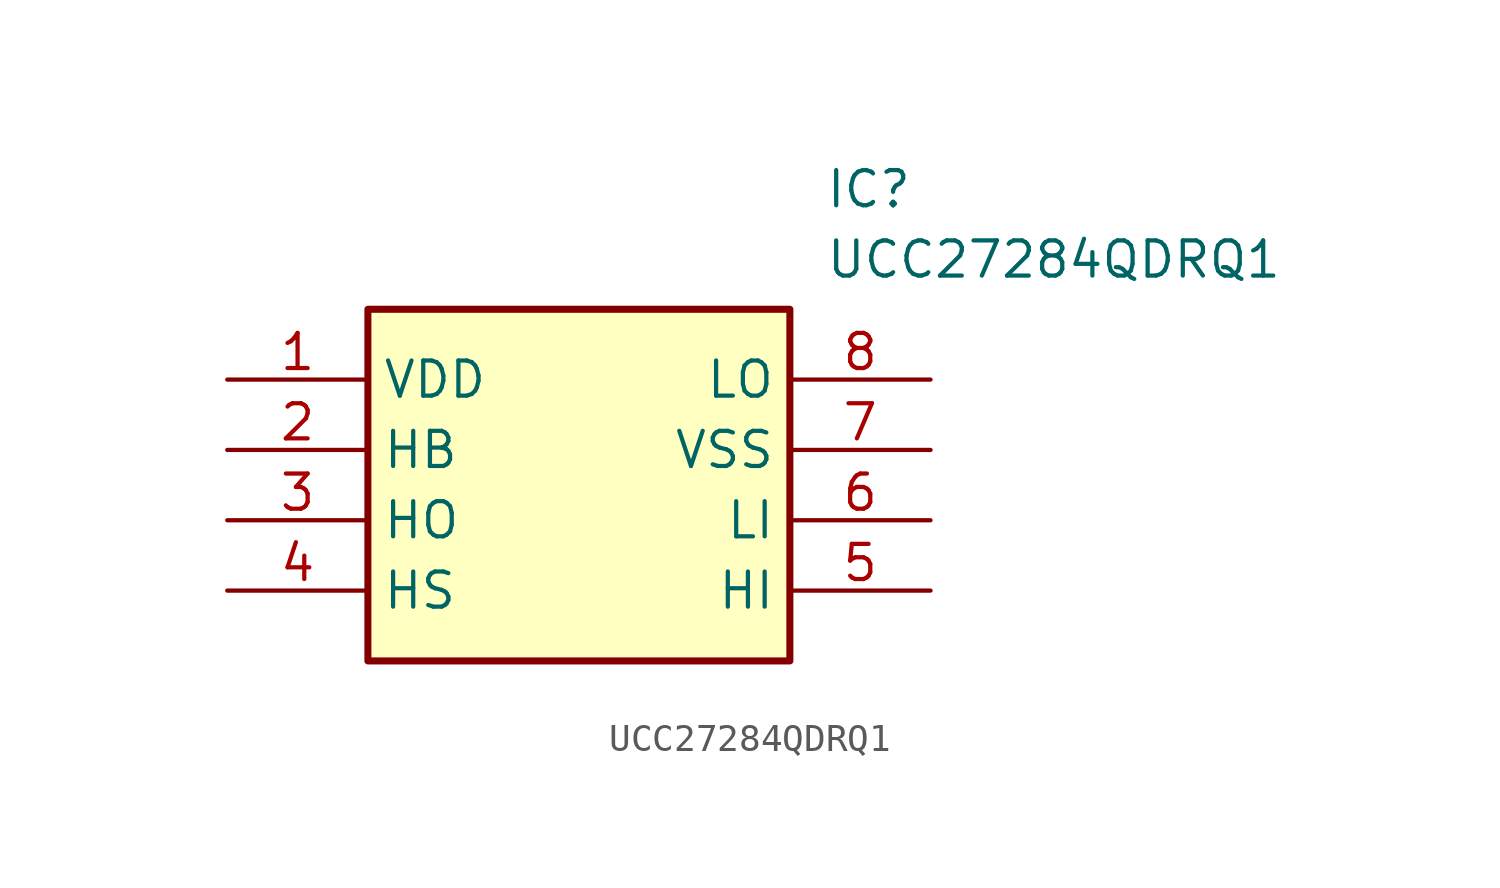
<source format=kicad_sym>
(kicad_symbol_lib
  (version 20211014)
  (generator SamacSys_ECAD_Model)
  (symbol "UCC27284QDRQ1"
    (property "Reference" "IC"
      (at 21.59 7.62 0)
      (effects (font (size 1.27 1.27)) (justify left top)))
    (property "Value" "UCC27284QDRQ1"
      (at 21.59 5.08 0)
      (effects (font (size 1.27 1.27)) (justify left top)))
    (rectangle
      (start 5.08 2.54)
      (end 20.32 -10.16)
      (stroke (width 0.254) (type default))
      (fill (type background)))
    (pin passive line
      (at 0 0 0)
      (length 5.08)
      (name "VDD" (effects (font (size 1.27 1.27))))
      (number "1" (effects (font (size 1.27 1.27)))))
    (pin passive line
      (at 0 -2.54 0)
      (length 5.08)
      (name "HB" (effects (font (size 1.27 1.27))))
      (number "2" (effects (font (size 1.27 1.27)))))
    (pin passive line
      (at 0 -5.08 0)
      (length 5.08)
      (name "HO" (effects (font (size 1.27 1.27))))
      (number "3" (effects (font (size 1.27 1.27)))))
    (pin passive line
      (at 0 -7.62 0)
      (length 5.08)
      (name "HS" (effects (font (size 1.27 1.27))))
      (number "4" (effects (font (size 1.27 1.27)))))
    (pin passive line
      (at 25.4 0 180)
      (length 5.08)
      (name "LO" (effects (font (size 1.27 1.27))))
      (number "8" (effects (font (size 1.27 1.27)))))
    (pin passive line
      (at 25.4 -2.54 180)
      (length 5.08)
      (name "VSS" (effects (font (size 1.27 1.27))))
      (number "7" (effects (font (size 1.27 1.27)))))
    (pin passive line
      (at 25.4 -5.08 180)
      (length 5.08)
      (name "LI" (effects (font (size 1.27 1.27))))
      (number "6" (effects (font (size 1.27 1.27)))))
    (pin passive line
      (at 25.4 -7.62 180)
      (length 5.08)
      (name "HI" (effects (font (size 1.27 1.27))))
      (number "5" (effects (font (size 1.27 1.27)))))))
</source>
